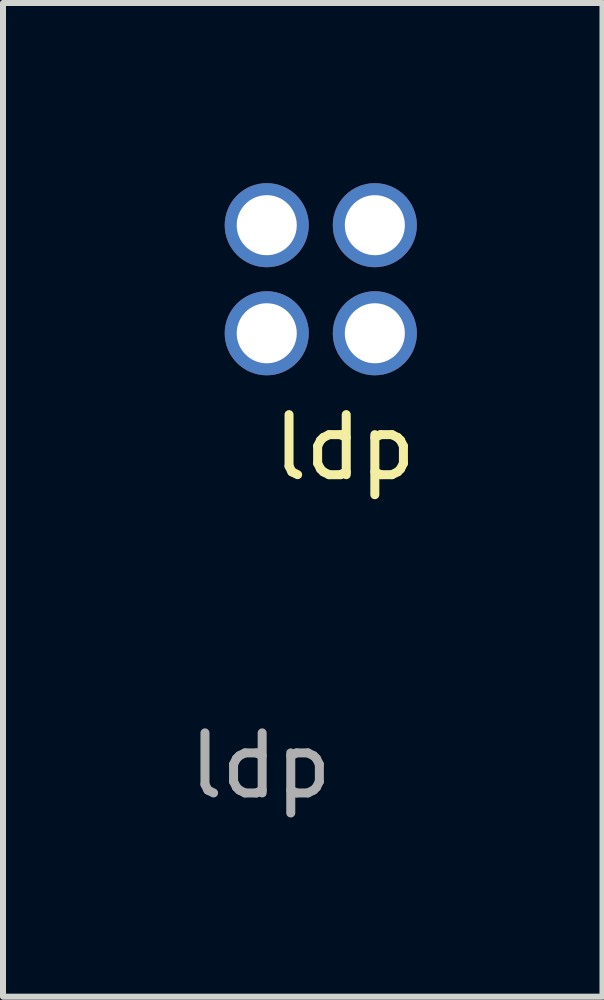
<source format=kicad_pcb>
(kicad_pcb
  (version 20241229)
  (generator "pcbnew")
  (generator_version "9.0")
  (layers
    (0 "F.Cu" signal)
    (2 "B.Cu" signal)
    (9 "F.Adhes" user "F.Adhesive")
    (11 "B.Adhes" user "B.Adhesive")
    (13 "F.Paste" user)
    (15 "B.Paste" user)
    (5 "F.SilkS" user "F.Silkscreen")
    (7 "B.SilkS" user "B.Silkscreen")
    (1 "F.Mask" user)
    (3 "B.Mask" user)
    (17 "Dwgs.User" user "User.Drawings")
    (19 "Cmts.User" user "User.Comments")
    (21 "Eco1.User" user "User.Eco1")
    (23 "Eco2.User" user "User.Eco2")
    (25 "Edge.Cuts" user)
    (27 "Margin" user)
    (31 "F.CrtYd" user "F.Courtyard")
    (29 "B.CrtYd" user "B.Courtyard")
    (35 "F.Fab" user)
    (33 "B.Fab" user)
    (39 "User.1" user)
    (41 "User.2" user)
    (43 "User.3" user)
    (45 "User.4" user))
  (footprint "ldp"
    (layer "F.Cu")
    (at 2.292 1.6)
    (property "Reference" "ldp" (at 0.4 2.8 0) (unlocked yes) (layer "F.SilkS") (effects (font (size 1 1) (thickness 0.15))))
    (attr through_hole)
    (fp_text user "${REFERENCE}" (at -1 8.1 0) (unlocked yes) (layer "F.Fab") (effects (font (size 1 1) (thickness 0.15))))
    (pad "+" thru_hole circle (at -0.9 -0.9) (size 1.4 1.4) (drill 1) (layers "*.Cu" "*.Mask"))
    (pad "+" thru_hole circle (at -0.9 0.9) (size 1.4 1.4) (drill 1) (layers "*.Cu" "*.Mask"))
    (pad "-" thru_hole circle (at 0.9 -0.9) (size 1.4 1.4) (drill 1) (layers "*.Cu" "*.Mask"))
    (pad "-" thru_hole circle (at 0.9 0.9) (size 1.4 1.4) (drill 1) (layers "*.Cu" "*.Mask")))
  (gr_rect
    (start -3 -3)
    (end 6.983 13.548)
    (stroke (width 0.1) (type default))
    (fill no)
    (layer "Edge.Cuts")))
</source>
